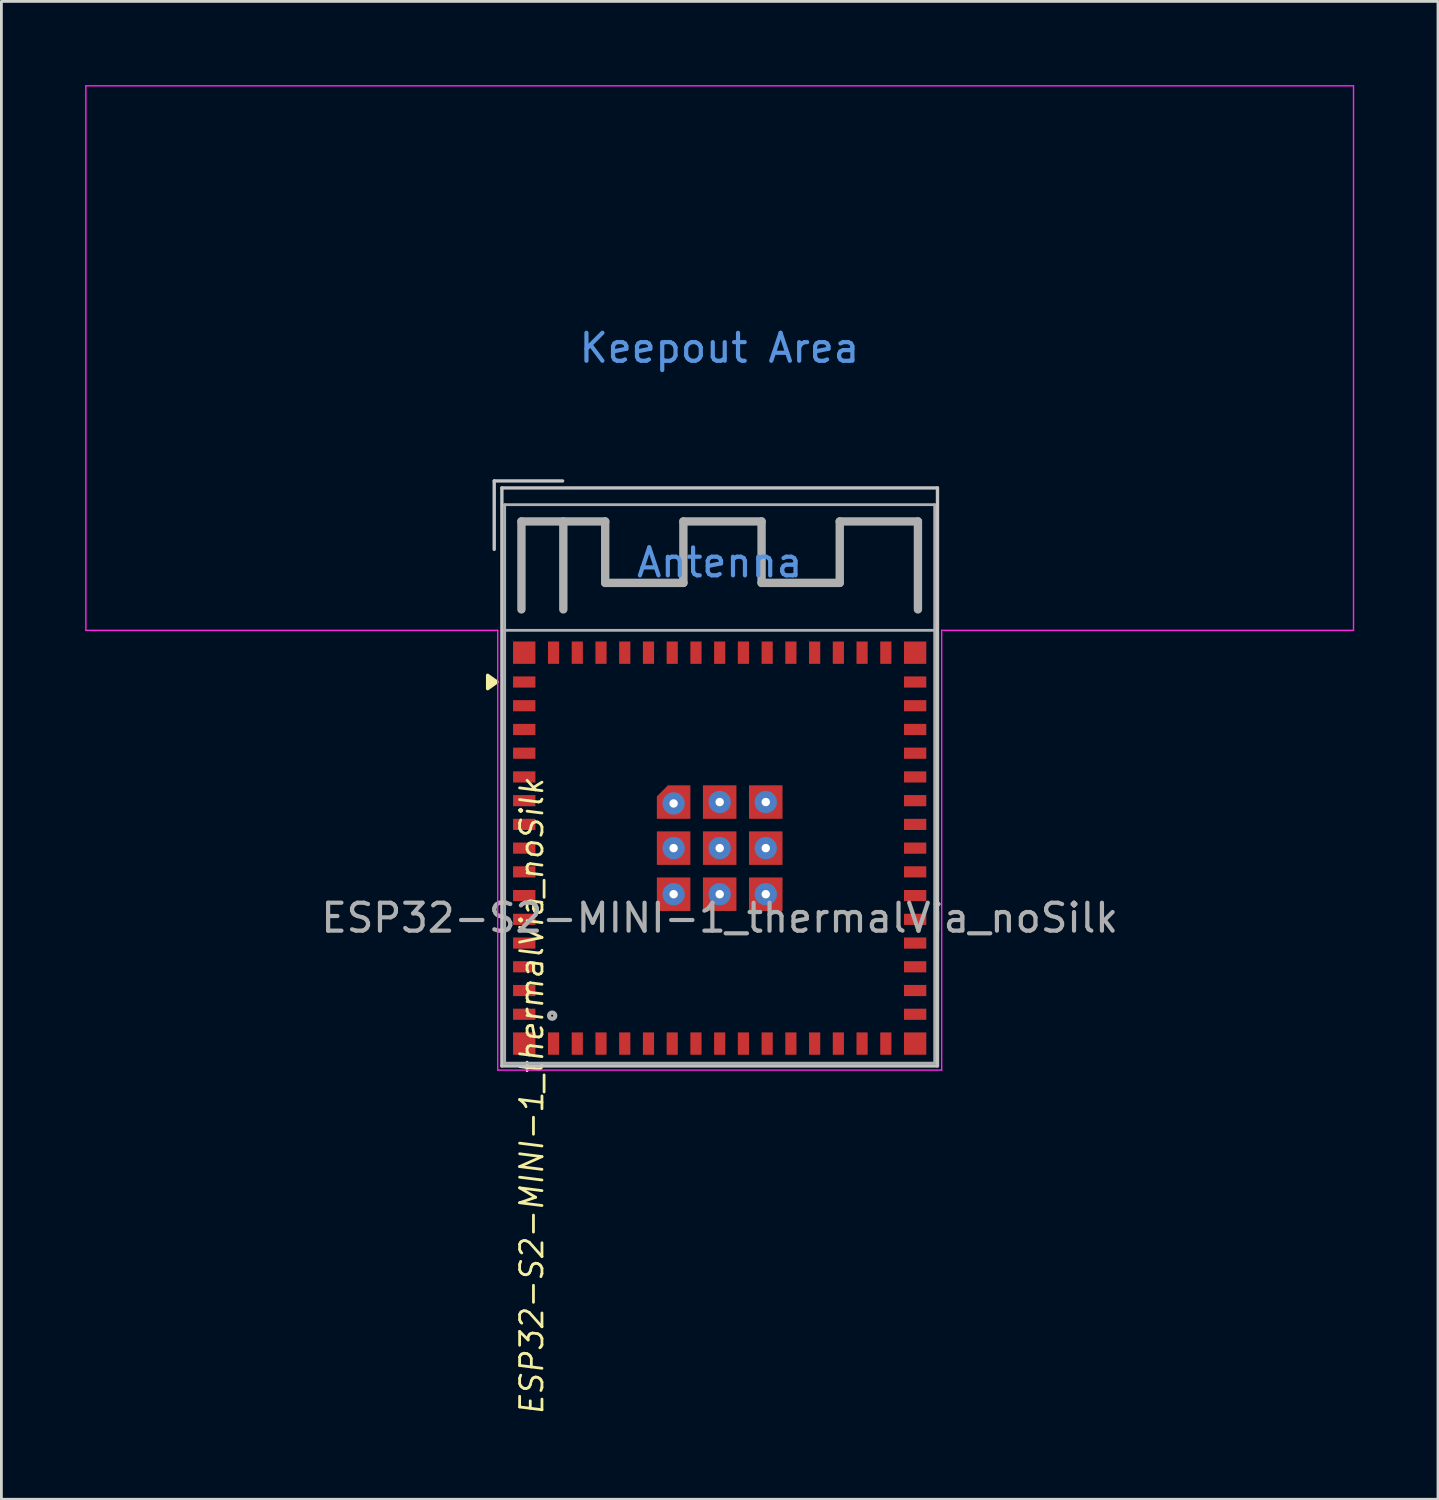
<source format=kicad_pcb>
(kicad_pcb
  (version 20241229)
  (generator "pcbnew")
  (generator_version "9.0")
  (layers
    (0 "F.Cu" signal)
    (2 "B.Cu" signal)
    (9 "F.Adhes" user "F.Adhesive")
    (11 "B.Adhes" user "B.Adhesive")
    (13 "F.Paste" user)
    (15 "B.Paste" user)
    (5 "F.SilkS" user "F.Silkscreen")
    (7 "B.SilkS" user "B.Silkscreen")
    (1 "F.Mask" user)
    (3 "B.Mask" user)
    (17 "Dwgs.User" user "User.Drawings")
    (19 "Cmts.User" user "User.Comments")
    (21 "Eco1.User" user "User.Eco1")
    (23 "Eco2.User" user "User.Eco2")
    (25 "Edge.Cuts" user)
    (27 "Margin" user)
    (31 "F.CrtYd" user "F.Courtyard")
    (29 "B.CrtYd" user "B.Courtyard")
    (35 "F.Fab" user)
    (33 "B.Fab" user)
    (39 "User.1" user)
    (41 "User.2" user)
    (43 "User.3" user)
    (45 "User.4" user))
  (footprint "ESP32-S2-MINI-1_thermalVia_noSilk"
    (layer "F.Cu")
    (at 22.725 24.775)
    (property "Reference" "ESP32-S2-MINI-1_thermalVia_noSilk" (at -6.73 11.44 90) (unlocked yes) (layer "F.SilkS") (effects (font (size 0.8 0.8) (thickness 0.1) (italic yes))))
    (attr smd)
    (fp_poly (pts (xy -7.975 -3.4) (xy -8.311 -3.16) (xy -8.311 -3.64) (xy -7.975 -3.4)) (stroke (width 0.12) (type solid)) (fill yes) (layer "F.SilkS"))
    (fp_line (start -8.075 -10.6) (end -8.075 -8.15) (stroke (width 0.12) (type solid)) (layer "Dwgs.User"))
    (fp_line (start -8.075 -10.6) (end -5.625 -10.6) (stroke (width 0.12) (type solid)) (layer "Dwgs.User"))
    (fp_line (start -7.8 -10.35) (end 7.8 -10.35) (stroke (width 0.12) (type solid)) (layer "Dwgs.User"))
    (fp_line (start -7.8 10.35) (end -7.8 -10.35) (stroke (width 0.12) (type solid)) (layer "Dwgs.User"))
    (fp_line (start 7.8 -10.35) (end 7.8 10.35) (stroke (width 0.12) (type solid)) (layer "Dwgs.User"))
    (fp_line (start 7.8 10.35) (end -7.8 10.35) (stroke (width 0.12) (type solid)) (layer "Dwgs.User"))
    (fp_line (start -22.7 -24.75) (end 22.7 -24.75) (stroke (width 0.05) (type solid)) (layer "F.CrtYd"))
    (fp_line (start -22.7 -5.25) (end -22.7 -24.75) (stroke (width 0.05) (type solid)) (layer "F.CrtYd"))
    (fp_line (start -7.95 -5.25) (end -22.7 -5.25) (stroke (width 0.05) (type solid)) (layer "F.CrtYd"))
    (fp_line (start -7.95 10.5) (end -7.95 -5.25) (stroke (width 0.05) (type solid)) (layer "F.CrtYd"))
    (fp_line (start 7.95 -5.25) (end 7.95 10.5) (stroke (width 0.05) (type solid)) (layer "F.CrtYd"))
    (fp_line (start 7.95 -5.25) (end 22.7 -5.25) (stroke (width 0.05) (type solid)) (layer "F.CrtYd"))
    (fp_line (start 7.95 10.5) (end -7.95 10.5) (stroke (width 0.05) (type solid)) (layer "F.CrtYd"))
    (fp_line (start 22.7 -5.25) (end 22.7 -24.75) (stroke (width 0.05) (type solid)) (layer "F.CrtYd"))
    (fp_line (start -7.7 -9.75) (end 7.7 -9.75) (stroke (width 0.1) (type solid)) (layer "F.Fab"))
    (fp_line (start -7.7 -5.25) (end 7.7 -5.25) (stroke (width 0.1) (type solid)) (layer "F.Fab"))
    (fp_line (start -7.7 10.25) (end -7.7 -9.75) (stroke (width 0.1) (type solid)) (layer "F.Fab"))
    (fp_line (start -7.1 -9.15) (end -4.1 -9.15) (stroke (width 0.3) (type solid)) (layer "F.Fab"))
    (fp_line (start -7.1 -6) (end -7.1 -9.15) (stroke (width 0.3) (type solid)) (layer "F.Fab"))
    (fp_line (start -5.6 -6) (end -5.6 -9.15) (stroke (width 0.3) (type solid)) (layer "F.Fab"))
    (fp_line (start -4.1 -9.15) (end -4.1 -6.95) (stroke (width 0.3) (type solid)) (layer "F.Fab"))
    (fp_line (start -4.1 -6.95) (end -1.3 -6.95) (stroke (width 0.3) (type solid)) (layer "F.Fab"))
    (fp_line (start -1.3 -9.15) (end 1.5 -9.15) (stroke (width 0.3) (type solid)) (layer "F.Fab"))
    (fp_line (start -1.3 -6.95) (end -1.3 -9.15) (stroke (width 0.3) (type solid)) (layer "F.Fab"))
    (fp_line (start 1.5 -9.15) (end 1.5 -6.95) (stroke (width 0.3) (type solid)) (layer "F.Fab"))
    (fp_line (start 1.5 -6.95) (end 4.3 -6.95) (stroke (width 0.3) (type solid)) (layer "F.Fab"))
    (fp_line (start 4.3 -9.15) (end 7.1 -9.15) (stroke (width 0.3) (type solid)) (layer "F.Fab"))
    (fp_line (start 4.3 -6.95) (end 4.3 -9.15) (stroke (width 0.3) (type solid)) (layer "F.Fab"))
    (fp_line (start 7.1 -9.15) (end 7.1 -6) (stroke (width 0.3) (type solid)) (layer "F.Fab"))
    (fp_line (start 7.7 -9.75) (end 7.7 10.25) (stroke (width 0.1) (type solid)) (layer "F.Fab"))
    (fp_line (start 7.7 10.25) (end -7.7 10.25) (stroke (width 0.1) (type solid)) (layer "F.Fab"))
    (fp_circle (center -6 8.55) (end -5.888 8.55) (stroke (width 0.15) (type solid)) (fill no) (layer "F.Fab"))
    (fp_text user "Keepout Area" (at -0.01 -15.36 180) (layer "Cmts.User") (effects (font (size 1 1) (thickness 0.15))))
    (fp_text user "Antenna" (at 0 -7.675 180) (layer "Cmts.User") (effects (font (size 1 1) (thickness 0.15))))
    (fp_text user "${REFERENCE}" (at 0 5.05 0) (unlocked yes) (layer "F.Fab") (effects (font (size 1 1) (thickness 0.15))))
    (pad "1" smd rect (at -7 -3.4) (size 0.8 0.4) (layers "F.Cu" "F.Mask" "F.Paste"))
    (pad "2" smd rect (at -7 -2.55) (size 0.8 0.4) (layers "F.Cu" "F.Mask" "F.Paste"))
    (pad "3" smd rect (at -7 -1.7) (size 0.8 0.4) (layers "F.Cu" "F.Mask" "F.Paste"))
    (pad "4" smd rect (at -7 -0.85) (size 0.8 0.4) (layers "F.Cu" "F.Mask" "F.Paste"))
    (pad "5" smd rect (at -7 0) (size 0.8 0.4) (layers "F.Cu" "F.Mask" "F.Paste"))
    (pad "6" smd rect (at -7 0.85) (size 0.8 0.4) (layers "F.Cu" "F.Mask" "F.Paste"))
    (pad "7" smd rect (at -7 1.7) (size 0.8 0.4) (layers "F.Cu" "F.Mask" "F.Paste"))
    (pad "8" smd rect (at -7 2.55) (size 0.8 0.4) (layers "F.Cu" "F.Mask" "F.Paste"))
    (pad "9" smd rect (at -7 3.4) (size 0.8 0.4) (layers "F.Cu" "F.Mask" "F.Paste"))
    (pad "10" smd rect (at -7 4.25) (size 0.8 0.4) (layers "F.Cu" "F.Mask" "F.Paste"))
    (pad "11" smd rect (at -7 5.1) (size 0.8 0.4) (layers "F.Cu" "F.Mask" "F.Paste"))
    (pad "12" smd rect (at -7 5.95) (size 0.8 0.4) (layers "F.Cu" "F.Mask" "F.Paste"))
    (pad "13" smd rect (at -7 6.8) (size 0.8 0.4) (layers "F.Cu" "F.Mask" "F.Paste"))
    (pad "14" smd rect (at -7 7.65) (size 0.8 0.4) (layers "F.Cu" "F.Mask" "F.Paste"))
    (pad "15" smd rect (at -7 8.5) (size 0.8 0.4) (layers "F.Cu" "F.Mask" "F.Paste"))
    (pad "16" smd rect (at -5.95 9.55 90) (size 0.8 0.4) (layers "F.Cu" "F.Mask" "F.Paste"))
    (pad "17" smd rect (at -5.1 9.55 90) (size 0.8 0.4) (layers "F.Cu" "F.Mask" "F.Paste"))
    (pad "18" smd rect (at -4.25 9.55 90) (size 0.8 0.4) (layers "F.Cu" "F.Mask" "F.Paste"))
    (pad "19" smd rect (at -3.4 9.55 90) (size 0.8 0.4) (layers "F.Cu" "F.Mask" "F.Paste"))
    (pad "20" smd rect (at -2.55 9.55 90) (size 0.8 0.4) (layers "F.Cu" "F.Mask" "F.Paste"))
    (pad "21" smd rect (at -1.7 9.55 90) (size 0.8 0.4) (layers "F.Cu" "F.Mask" "F.Paste"))
    (pad "22" smd rect (at -0.85 9.55 90) (size 0.8 0.4) (layers "F.Cu" "F.Mask" "F.Paste"))
    (pad "23" smd rect (at 0 9.55 90) (size 0.8 0.4) (layers "F.Cu" "F.Mask" "F.Paste"))
    (pad "24" smd rect (at 0.85 9.55 90) (size 0.8 0.4) (layers "F.Cu" "F.Mask" "F.Paste"))
    (pad "25" smd rect (at 1.7 9.55 90) (size 0.8 0.4) (layers "F.Cu" "F.Mask" "F.Paste"))
    (pad "26" smd rect (at 2.55 9.55 90) (size 0.8 0.4) (layers "F.Cu" "F.Mask" "F.Paste"))
    (pad "27" smd rect (at 3.4 9.55 90) (size 0.8 0.4) (layers "F.Cu" "F.Mask" "F.Paste"))
    (pad "28" smd rect (at 4.25 9.55 90) (size 0.8 0.4) (layers "F.Cu" "F.Mask" "F.Paste"))
    (pad "29" smd rect (at 5.1 9.55 90) (size 0.8 0.4) (layers "F.Cu" "F.Mask" "F.Paste"))
    (pad "30" smd rect (at 5.95 9.55 90) (size 0.8 0.4) (layers "F.Cu" "F.Mask" "F.Paste"))
    (pad "31" smd rect (at 7 8.5) (size 0.8 0.4) (layers "F.Cu" "F.Mask" "F.Paste"))
    (pad "32" smd rect (at 7 7.65) (size 0.8 0.4) (layers "F.Cu" "F.Mask" "F.Paste"))
    (pad "33" smd rect (at 7 6.8) (size 0.8 0.4) (layers "F.Cu" "F.Mask" "F.Paste"))
    (pad "34" smd rect (at 7 5.95) (size 0.8 0.4) (layers "F.Cu" "F.Mask" "F.Paste"))
    (pad "35" smd rect (at 7 5.1) (size 0.8 0.4) (layers "F.Cu" "F.Mask" "F.Paste"))
    (pad "36" smd rect (at 7 4.25) (size 0.8 0.4) (layers "F.Cu" "F.Mask" "F.Paste"))
    (pad "37" smd rect (at 7 3.4) (size 0.8 0.4) (layers "F.Cu" "F.Mask" "F.Paste"))
    (pad "38" smd rect (at 7 2.55) (size 0.8 0.4) (layers "F.Cu" "F.Mask" "F.Paste"))
    (pad "39" smd rect (at 7 1.7) (size 0.8 0.4) (layers "F.Cu" "F.Mask" "F.Paste"))
    (pad "40" smd rect (at 7 0.85) (size 0.8 0.4) (layers "F.Cu" "F.Mask" "F.Paste"))
    (pad "41" smd rect (at 7 0) (size 0.8 0.4) (layers "F.Cu" "F.Mask" "F.Paste"))
    (pad "42" smd rect (at 7 -0.85) (size 0.8 0.4) (layers "F.Cu" "F.Mask" "F.Paste"))
    (pad "43" smd rect (at 7 -1.7) (size 0.8 0.4) (layers "F.Cu" "F.Mask" "F.Paste"))
    (pad "44" smd rect (at 7 -2.55) (size 0.8 0.4) (layers "F.Cu" "F.Mask" "F.Paste"))
    (pad "45" smd rect (at 7 -3.4) (size 0.8 0.4) (layers "F.Cu" "F.Mask" "F.Paste"))
    (pad "46" smd rect (at 5.95 -4.45 90) (size 0.8 0.4) (layers "F.Cu" "F.Mask" "F.Paste"))
    (pad "47" smd rect (at 5.1 -4.45 90) (size 0.8 0.4) (layers "F.Cu" "F.Mask" "F.Paste"))
    (pad "48" smd rect (at 4.25 -4.45 90) (size 0.8 0.4) (layers "F.Cu" "F.Mask" "F.Paste"))
    (pad "49" smd rect (at 3.4 -4.45 90) (size 0.8 0.4) (layers "F.Cu" "F.Mask" "F.Paste"))
    (pad "50" smd rect (at 2.55 -4.45 90) (size 0.8 0.4) (layers "F.Cu" "F.Mask" "F.Paste"))
    (pad "51" smd rect (at 1.7 -4.45 90) (size 0.8 0.4) (layers "F.Cu" "F.Mask" "F.Paste"))
    (pad "52" smd rect (at 0.85 -4.45 90) (size 0.8 0.4) (layers "F.Cu" "F.Mask" "F.Paste"))
    (pad "53" smd rect (at 0 -4.45 90) (size 0.8 0.4) (layers "F.Cu" "F.Mask" "F.Paste"))
    (pad "54" smd rect (at -0.85 -4.45 90) (size 0.8 0.4) (layers "F.Cu" "F.Mask" "F.Paste"))
    (pad "55" smd rect (at -1.7 -4.45 90) (size 0.8 0.4) (layers "F.Cu" "F.Mask" "F.Paste"))
    (pad "56" smd rect (at -2.55 -4.45 90) (size 0.8 0.4) (layers "F.Cu" "F.Mask" "F.Paste"))
    (pad "57" smd rect (at -3.4 -4.45 90) (size 0.8 0.4) (layers "F.Cu" "F.Mask" "F.Paste"))
    (pad "58" smd rect (at -4.25 -4.45 90) (size 0.8 0.4) (layers "F.Cu" "F.Mask" "F.Paste"))
    (pad "59" smd rect (at -5.1 -4.45 90) (size 0.8 0.4) (layers "F.Cu" "F.Mask" "F.Paste"))
    (pad "60" smd rect (at -5.95 -4.45 90) (size 0.8 0.4) (layers "F.Cu" "F.Mask" "F.Paste"))
    (pad "61" smd roundrect (at -1.65 0.9) (size 1.2 1.2) (property pad_prop_heatsink) (layers "F.Cu" "F.Mask" "F.Paste") (roundrect_rratio 0) (chamfer_ratio 0.33) (chamfer top_left))
    (pad "61" thru_hole circle (at -1.65 0.95) (size 0.8 0.8) (drill 0.3) (layers "*.Cu" "*.Mask"))
    (pad "61" thru_hole circle (at -1.65 2.55) (size 0.8 0.8) (drill 0.3) (layers "*.Cu" "*.Mask"))
    (pad "61" smd rect (at -1.65 2.55) (size 1.2 1.2) (property pad_prop_heatsink) (layers "F.Cu" "F.Mask" "F.Paste"))
    (pad "61" thru_hole circle (at -1.65 4.2) (size 0.8 0.8) (drill 0.3) (layers "*.Cu" "*.Mask"))
    (pad "61" smd rect (at -1.65 4.2) (size 1.2 1.2) (property pad_prop_heatsink) (layers "F.Cu" "F.Mask" "F.Paste"))
    (pad "61" thru_hole circle (at 0 0.9) (size 0.8 0.8) (drill 0.3) (layers "*.Cu" "*.Mask"))
    (pad "61" smd rect (at 0 0.9) (size 1.2 1.2) (property pad_prop_heatsink) (layers "F.Cu" "F.Mask" "F.Paste"))
    (pad "61" thru_hole circle (at 0 2.55) (size 0.8 0.8) (drill 0.3) (layers "*.Cu" "*.Mask"))
    (pad "61" smd rect (at 0 2.55) (size 1.2 1.2) (property pad_prop_heatsink) (layers "F.Cu" "F.Mask" "F.Paste"))
    (pad "61" thru_hole circle (at 0 4.2) (size 0.8 0.8) (drill 0.3) (layers "*.Cu" "*.Mask"))
    (pad "61" smd rect (at 0 4.2) (size 1.2 1.2) (property pad_prop_heatsink) (layers "F.Cu" "F.Mask" "F.Paste"))
    (pad "61" thru_hole circle (at 1.65 0.9) (size 0.8 0.8) (drill 0.3) (layers "*.Cu" "*.Mask"))
    (pad "61" smd rect (at 1.65 0.9) (size 1.2 1.2) (property pad_prop_heatsink) (layers "F.Cu" "F.Mask" "F.Paste"))
    (pad "61" thru_hole circle (at 1.65 2.55) (size 0.8 0.8) (drill 0.3) (layers "*.Cu" "*.Mask"))
    (pad "61" smd rect (at 1.65 2.55) (size 1.2 1.2) (property pad_prop_heatsink) (layers "F.Cu" "F.Mask" "F.Paste"))
    (pad "61" thru_hole circle (at 1.65 4.2) (size 0.8 0.8) (drill 0.3) (layers "*.Cu" "*.Mask"))
    (pad "61" smd rect (at 1.65 4.2) (size 1.2 1.2) (property pad_prop_heatsink) (layers "F.Cu" "F.Mask" "F.Paste"))
    (pad "62" smd rect (at -7 -4.45) (size 0.8 0.8) (layers "F.Cu" "F.Mask" "F.Paste"))
    (pad "63" smd rect (at -7 9.55) (size 0.8 0.8) (layers "F.Cu" "F.Mask" "F.Paste"))
    (pad "64" smd rect (at 7 9.55) (size 0.8 0.8) (layers "F.Cu" "F.Mask" "F.Paste"))
    (pad "65" smd rect (at 7 -4.45) (size 0.8 0.8) (layers "F.Cu" "F.Mask" "F.Paste"))
    (zone (net_name "") (layers "F.Cu" "B.Cu") (name "Antenna") (hatch full 0.508) (connect_pads) (min_thickness 0.254) (filled_areas_thickness no) (keepout (tracks not_allowed) (vias not_allowed) (pads not_allowed) (copperpour not_allowed) (footprints not_allowed)) (placement (enabled no)) (fill) (polygon (pts (xy 45.425 19.525) (xy 0.025 19.525) (xy 0.025 0.025) (xy 45.425 0.025)))))
  (gr_rect
    (start -3 -3)
    (end 48.45 50.645)
    (stroke (width 0.1) (type default))
    (fill no)
    (layer "Edge.Cuts")))
</source>
